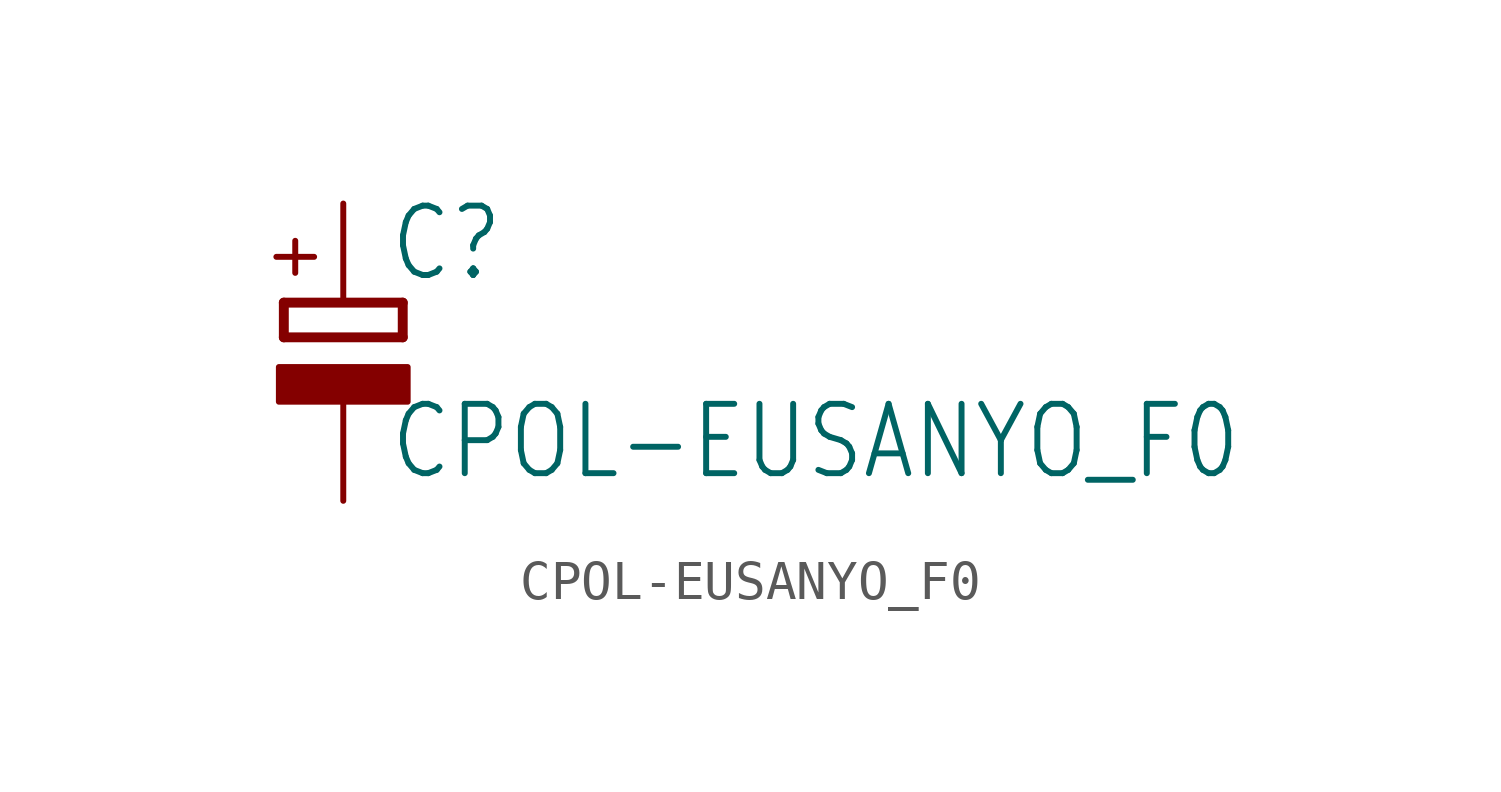
<source format=kicad_sym>
(kicad_symbol_lib
  (version 20210619)
  (generator kicad_symbol_editor)
  (symbol "CPOL-EUSANYO_F0"
    (property "Reference" "C"
      (at 1.143 0.483 0)
      (effects (font (size 1.778 1.511)) (justify left bottom)))
    (property "Value" "CPOL-EUSANYO_F0"
      (at 1.143 -4.597 0)
      (effects (font (size 1.778 1.511)) (justify left bottom)))
    (property "ki_locked" ""
      (at 0 0 0)
      (effects (font (size 1.27 1.27))))
    (symbol "CPOL-EUSANYO_F0_1_0"
      (text "+" (at -0.584 0.406 900) (effects (font (size 1.27 1.079)) (justify left bottom)))
      (rectangle (start -1.651 -2.54) (end 1.651 -1.651) (stroke (width 0)) (fill (type outline)))
      (polyline (pts (xy -1.524 -0.889) (xy 1.524 -0.889)) (stroke (width 0.254)) (fill (type none)))
      (polyline (pts (xy -1.524 0) (xy -1.524 -0.889)) (stroke (width 0.254)) (fill (type none)))
      (polyline (pts (xy -1.524 0) (xy 1.524 0)) (stroke (width 0.254)) (fill (type none)))
      (polyline (pts (xy 1.524 -0.889) (xy 1.524 0)) (stroke (width 0.254)) (fill (type none)))
      (pin passive line (at 0 2.54 270) (length 2.54) (name "+" (effects (font (size 0 0)))) (number "+" (effects (font (size 0 0)))))
      (pin passive line (at 0 -5.08 90) (length 2.54) (name "-" (effects (font (size 0 0)))) (number "-" (effects (font (size 0 0))))))))
</source>
